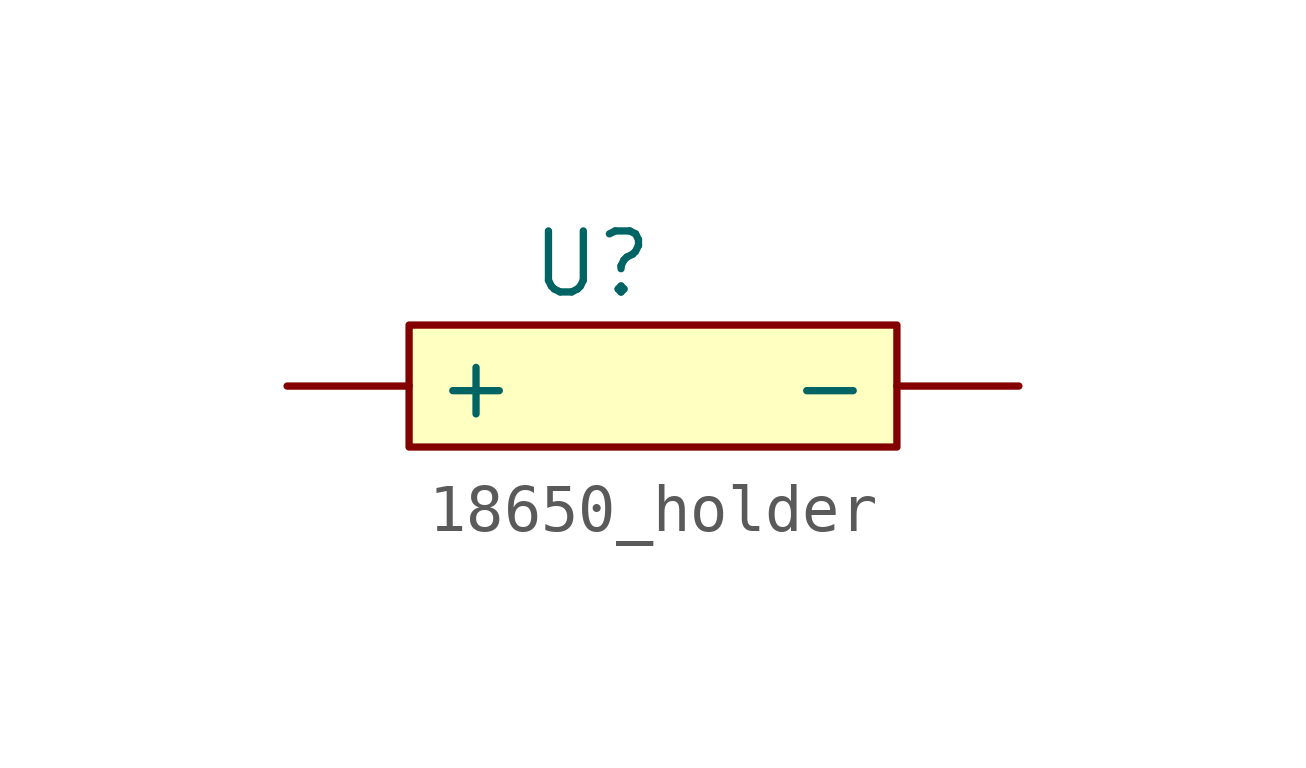
<source format=kicad_sym>
(kicad_symbol_lib
  (version 20220914)
  (generator kicad_symbol_editor)
  (symbol "18650_holder"
    (property "Reference" "U"
      (at 0 0 0)
      (effects (font (size 1.27 1.27))))
    (property "Value" ""
      (at 0 0 0)
      (effects (font (size 1.27 1.27))))
    (symbol "18650_holder_0_1"
      (rectangle (start -3.81 -1.27) (end 6.35 -3.81) (stroke (width 0) (type default)) (fill (type background))))
    (symbol "18650_holder_1_1"
      (pin power_out line (at -6.35 -2.54 0) (length 2.54) (name "+" (effects (font (size 1.27 1.27)))) (number "" (effects (font (size 1.27 1.27)))))
      (pin power_out line (at 8.89 -2.54 180) (length 2.54) (name "-" (effects (font (size 1.27 1.27)))) (number "" (effects (font (size 1.27 1.27))))))))
</source>
